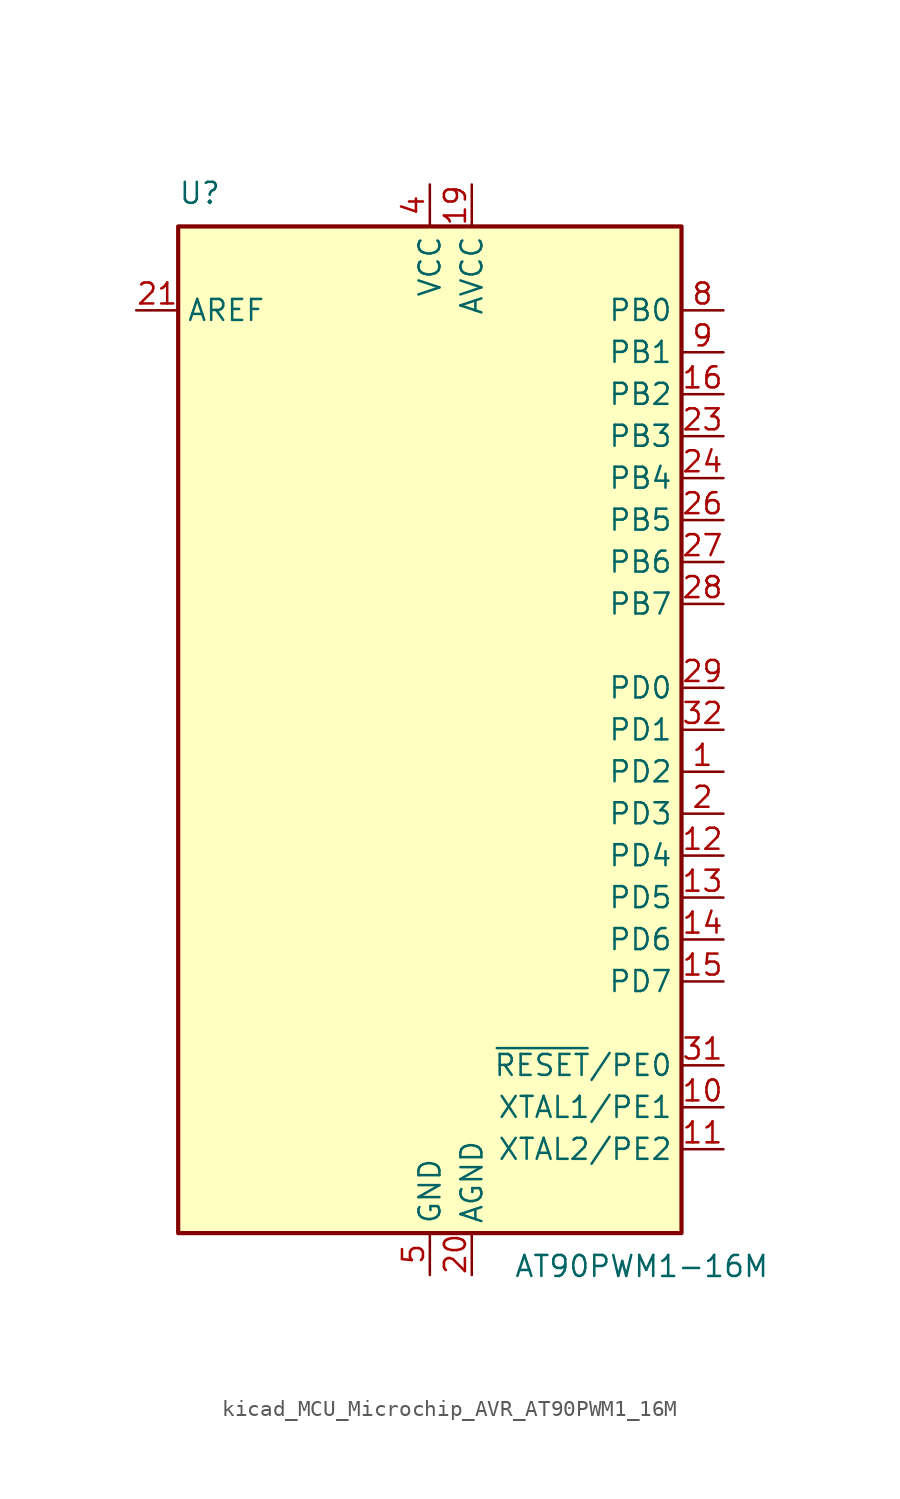
<source format=kicad_sym>
(kicad_symbol_lib
  (version 20220914)
  (generator kicad_symbol_editor)
  (symbol "kicad_MCU_Microchip_AVR_AT90PWM1_16M"
    (property "Reference" "U"
      (at -15.24 31.75 0)
      (effects (font (size 1.27 1.27)) (justify left bottom)))
    (property "Value" "AT90PWM1-16M"
      (at 5.08 -31.75 0)
      (effects (font (size 1.27 1.27)) (justify left top)))
    (symbol "kicad_MCU_Microchip_AVR_AT90PWM1_16M_0_1"
      (rectangle (start -15.24 -30.48) (end 15.24 30.48) (stroke (width 0.254) (type default)) (fill (type background))))
    (symbol "kicad_MCU_Microchip_AVR_AT90PWM1_16M_1_1"
      (pin bidirectional line (at 17.78 -2.54 180) (length 2.54) (name "PD2" (effects (font (size 1.27 1.27)))) (number "1" (effects (font (size 1.27 1.27)))))
      (pin bidirectional line (at 17.78 -22.86 180) (length 2.54) (name "XTAL1/PE1" (effects (font (size 1.27 1.27)))) (number "10" (effects (font (size 1.27 1.27)))))
      (pin bidirectional line (at 17.78 -25.4 180) (length 2.54) (name "XTAL2/PE2" (effects (font (size 1.27 1.27)))) (number "11" (effects (font (size 1.27 1.27)))))
      (pin bidirectional line (at 17.78 -7.62 180) (length 2.54) (name "PD4" (effects (font (size 1.27 1.27)))) (number "12" (effects (font (size 1.27 1.27)))))
      (pin bidirectional line (at 17.78 -10.16 180) (length 2.54) (name "PD5" (effects (font (size 1.27 1.27)))) (number "13" (effects (font (size 1.27 1.27)))))
      (pin bidirectional line (at 17.78 -12.7 180) (length 2.54) (name "PD6" (effects (font (size 1.27 1.27)))) (number "14" (effects (font (size 1.27 1.27)))))
      (pin bidirectional line (at 17.78 -15.24 180) (length 2.54) (name "PD7" (effects (font (size 1.27 1.27)))) (number "15" (effects (font (size 1.27 1.27)))))
      (pin bidirectional line (at 17.78 20.32 180) (length 2.54) (name "PB2" (effects (font (size 1.27 1.27)))) (number "16" (effects (font (size 1.27 1.27)))))
      (pin no_connect line (at -15.24 -17.78 0) (length 2.54) hide (name "NC" (effects (font (size 1.27 1.27)))) (number "17" (effects (font (size 1.27 1.27)))))
      (pin no_connect line (at -15.24 -20.32 0) (length 2.54) hide (name "NC" (effects (font (size 1.27 1.27)))) (number "18" (effects (font (size 1.27 1.27)))))
      (pin power_in line (at 2.54 33.02 270) (length 2.54) (name "AVCC" (effects (font (size 1.27 1.27)))) (number "19" (effects (font (size 1.27 1.27)))))
      (pin bidirectional line (at 17.78 -5.08 180) (length 2.54) (name "PD3" (effects (font (size 1.27 1.27)))) (number "2" (effects (font (size 1.27 1.27)))))
      (pin power_in line (at 2.54 -33.02 90) (length 2.54) (name "AGND" (effects (font (size 1.27 1.27)))) (number "20" (effects (font (size 1.27 1.27)))))
      (pin passive line (at -17.78 25.4 0) (length 2.54) (name "AREF" (effects (font (size 1.27 1.27)))) (number "21" (effects (font (size 1.27 1.27)))))
      (pin no_connect line (at -15.24 -22.86 0) (length 2.54) hide (name "NC" (effects (font (size 1.27 1.27)))) (number "22" (effects (font (size 1.27 1.27)))))
      (pin bidirectional line (at 17.78 17.78 180) (length 2.54) (name "PB3" (effects (font (size 1.27 1.27)))) (number "23" (effects (font (size 1.27 1.27)))))
      (pin bidirectional line (at 17.78 15.24 180) (length 2.54) (name "PB4" (effects (font (size 1.27 1.27)))) (number "24" (effects (font (size 1.27 1.27)))))
      (pin no_connect line (at -15.24 -25.4 0) (length 2.54) hide (name "NC" (effects (font (size 1.27 1.27)))) (number "25" (effects (font (size 1.27 1.27)))))
      (pin bidirectional line (at 17.78 12.7 180) (length 2.54) (name "PB5" (effects (font (size 1.27 1.27)))) (number "26" (effects (font (size 1.27 1.27)))))
      (pin bidirectional line (at 17.78 10.16 180) (length 2.54) (name "PB6" (effects (font (size 1.27 1.27)))) (number "27" (effects (font (size 1.27 1.27)))))
      (pin bidirectional line (at 17.78 7.62 180) (length 2.54) (name "PB7" (effects (font (size 1.27 1.27)))) (number "28" (effects (font (size 1.27 1.27)))))
      (pin bidirectional line (at 17.78 2.54 180) (length 2.54) (name "PD0" (effects (font (size 1.27 1.27)))) (number "29" (effects (font (size 1.27 1.27)))))
      (pin no_connect line (at -15.24 -10.16 0) (length 2.54) hide (name "NC" (effects (font (size 1.27 1.27)))) (number "3" (effects (font (size 1.27 1.27)))))
      (pin no_connect line (at -15.24 -27.94 0) (length 2.54) hide (name "NC" (effects (font (size 1.27 1.27)))) (number "30" (effects (font (size 1.27 1.27)))))
      (pin bidirectional line (at 17.78 -20.32 180) (length 2.54) (name "~{RESET}/PE0" (effects (font (size 1.27 1.27)))) (number "31" (effects (font (size 1.27 1.27)))))
      (pin bidirectional line (at 17.78 0 180) (length 2.54) (name "PD1" (effects (font (size 1.27 1.27)))) (number "32" (effects (font (size 1.27 1.27)))))
      (pin passive line (at 0 -33.02 90) (length 2.54) hide (name "GND" (effects (font (size 1.27 1.27)))) (number "33" (effects (font (size 1.27 1.27)))))
      (pin power_in line (at 0 33.02 270) (length 2.54) (name "VCC" (effects (font (size 1.27 1.27)))) (number "4" (effects (font (size 1.27 1.27)))))
      (pin power_in line (at 0 -33.02 90) (length 2.54) (name "GND" (effects (font (size 1.27 1.27)))) (number "5" (effects (font (size 1.27 1.27)))))
      (pin no_connect line (at -15.24 -12.7 0) (length 2.54) hide (name "NC" (effects (font (size 1.27 1.27)))) (number "6" (effects (font (size 1.27 1.27)))))
      (pin no_connect line (at -15.24 -15.24 0) (length 2.54) hide (name "NC" (effects (font (size 1.27 1.27)))) (number "7" (effects (font (size 1.27 1.27)))))
      (pin bidirectional line (at 17.78 25.4 180) (length 2.54) (name "PB0" (effects (font (size 1.27 1.27)))) (number "8" (effects (font (size 1.27 1.27)))))
      (pin bidirectional line (at 17.78 22.86 180) (length 2.54) (name "PB1" (effects (font (size 1.27 1.27)))) (number "9" (effects (font (size 1.27 1.27))))))))
</source>
